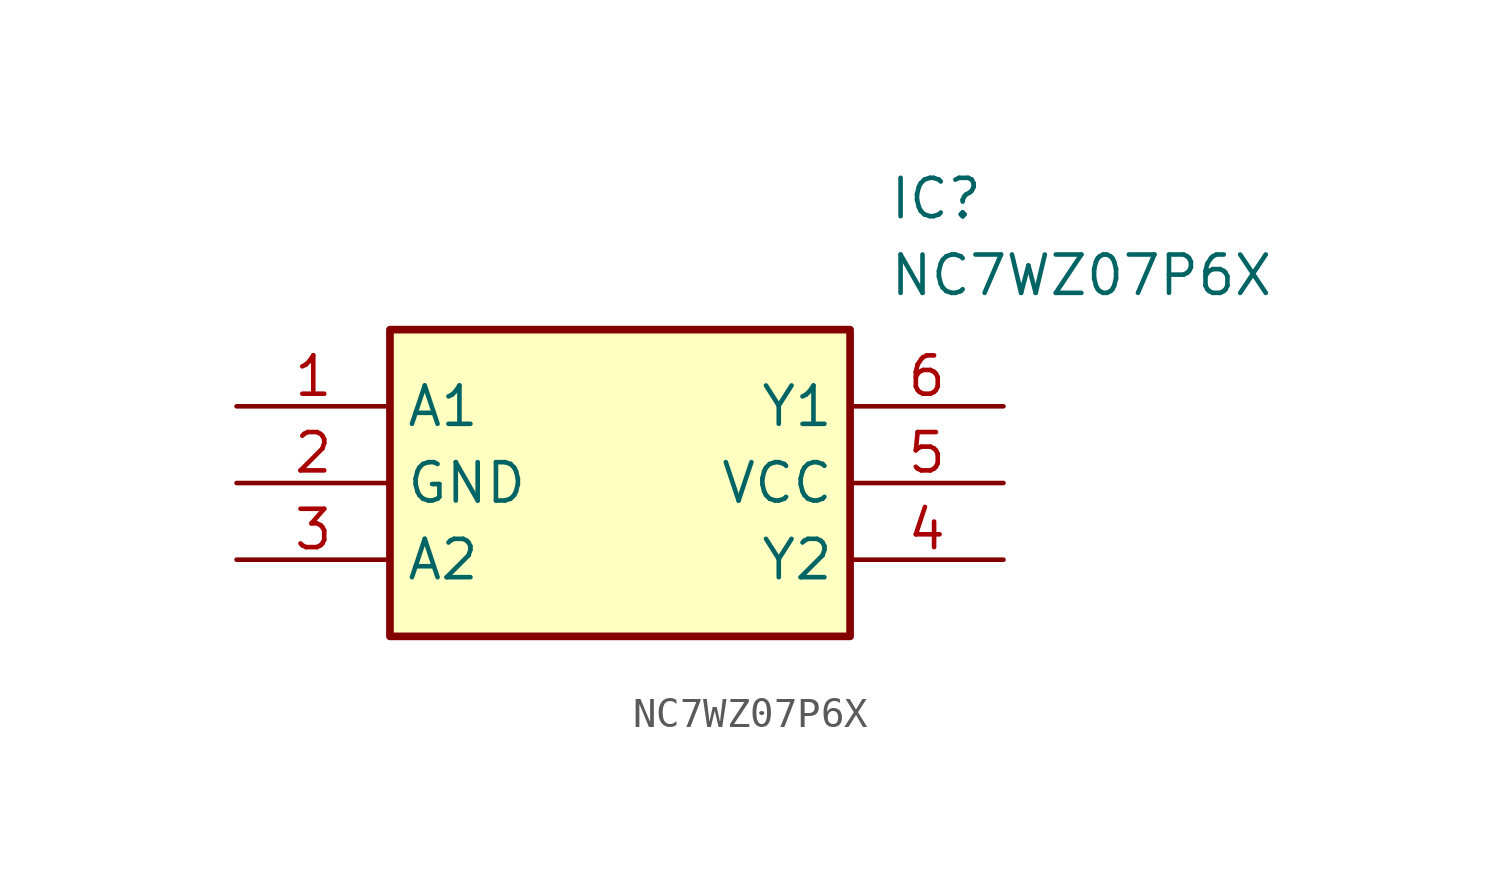
<source format=kicad_sym>
(kicad_symbol_lib
  (version 20211014)
  (generator SamacSys_ECAD_Model)
  (symbol "NC7WZ07P6X"
    (property "Reference" "IC"
      (at 21.59 7.62 0)
      (effects (font (size 1.27 1.27)) (justify left top)))
    (property "Value" "NC7WZ07P6X"
      (at 21.59 5.08 0)
      (effects (font (size 1.27 1.27)) (justify left top)))
    (rectangle
      (start 5.08 2.54)
      (end 20.32 -7.62)
      (stroke (width 0.254) (type default))
      (fill (type background)))
    (pin passive line
      (at 0 0 0)
      (length 5.08)
      (name "A1" (effects (font (size 1.27 1.27))))
      (number "1" (effects (font (size 1.27 1.27)))))
    (pin passive line
      (at 0 -2.54 0)
      (length 5.08)
      (name "GND" (effects (font (size 1.27 1.27))))
      (number "2" (effects (font (size 1.27 1.27)))))
    (pin passive line
      (at 0 -5.08 0)
      (length 5.08)
      (name "A2" (effects (font (size 1.27 1.27))))
      (number "3" (effects (font (size 1.27 1.27)))))
    (pin passive line
      (at 25.4 0 180)
      (length 5.08)
      (name "Y1" (effects (font (size 1.27 1.27))))
      (number "6" (effects (font (size 1.27 1.27)))))
    (pin passive line
      (at 25.4 -2.54 180)
      (length 5.08)
      (name "VCC" (effects (font (size 1.27 1.27))))
      (number "5" (effects (font (size 1.27 1.27)))))
    (pin passive line
      (at 25.4 -5.08 180)
      (length 5.08)
      (name "Y2" (effects (font (size 1.27 1.27))))
      (number "4" (effects (font (size 1.27 1.27)))))))
</source>
